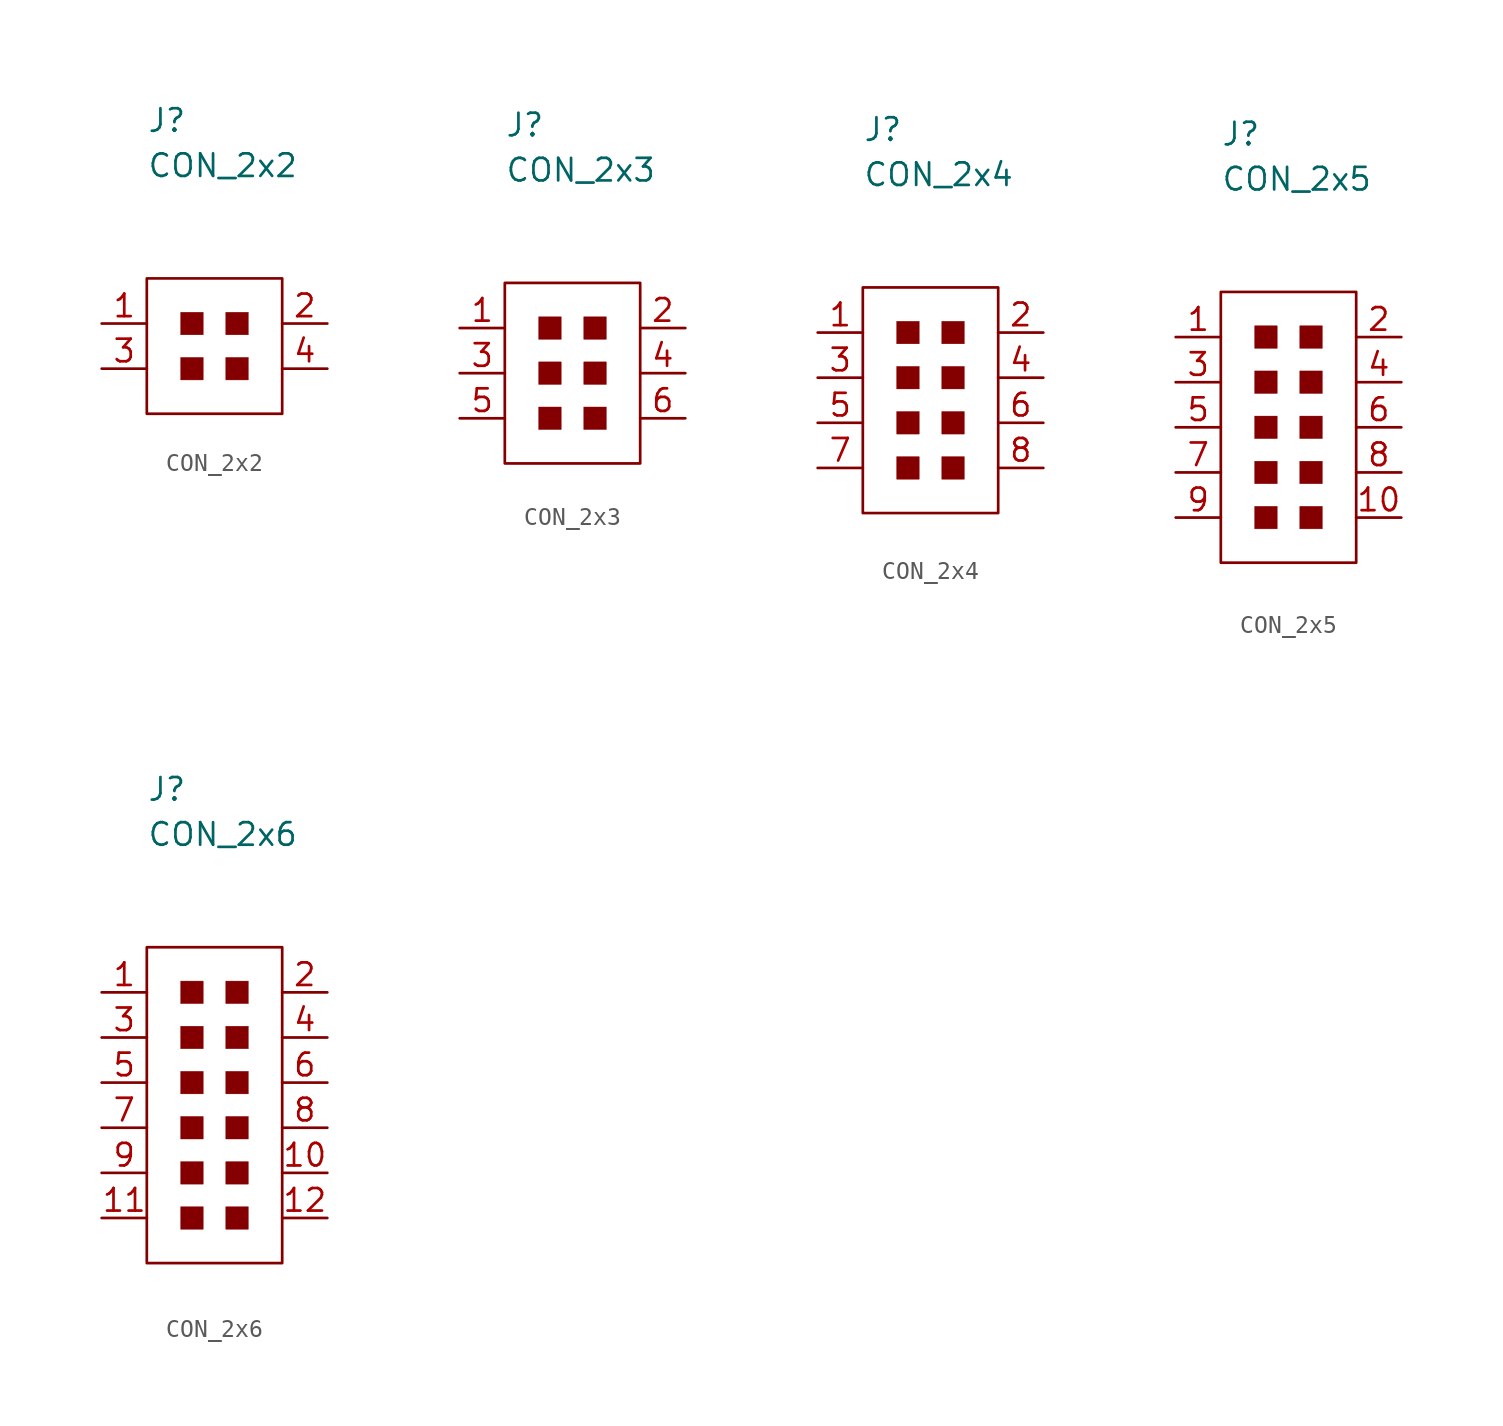
<source format=kicad_sym>
(kicad_symbol_lib
  (version 20211014)
  (generator kicad_symbol_editor)
  (symbol "CON_2x2"
    (pin_names
      (offset 1.016))
    (property "Reference" "J"
      (at -5.08 13.97 0)
      (effects (font (size 1.27 1.27)) (justify left)))
    (property "Value" "CON_2x2"
      (at -5.08 11.43 0)
      (effects (font (size 1.27 1.27)) (justify left)))
    (symbol "CON_2x2_0_1"
      (rectangle (start -5.08 5.08) (end 2.54 -2.54) (stroke (width 0.152) (type default) (color 0 0 0 0)) (fill (type none)))
      (rectangle (start -3.175 0.635) (end -1.905 -0.635) (stroke (width 0.001) (type default) (color 0 0 0 0)) (fill (type outline)))
      (rectangle (start -3.175 3.175) (end -1.905 1.905) (stroke (width 0.001) (type default) (color 0 0 0 0)) (fill (type outline)))
      (rectangle (start -0.635 0.635) (end 0.635 -0.635) (stroke (width 0.001) (type default) (color 0 0 0 0)) (fill (type outline)))
      (rectangle (start -0.635 3.175) (end 0.635 1.905) (stroke (width 0.001) (type default) (color 0 0 0 0)) (fill (type outline))))
    (symbol "CON_2x2_1_1"
      (pin passive line (at -7.62 2.54 0) (length 2.54) (name "~" (effects (font (size 1.27 1.27)))) (number "1" (effects (font (size 1.27 1.27)))))
      (pin passive line (at 5.08 2.54 180) (length 2.54) (name "~" (effects (font (size 1.27 1.27)))) (number "2" (effects (font (size 1.27 1.27)))))
      (pin passive line (at -7.62 0 0) (length 2.54) (name "~" (effects (font (size 1.27 1.27)))) (number "3" (effects (font (size 1.27 1.27)))))
      (pin passive line (at 5.08 0 180) (length 2.54) (name "~" (effects (font (size 1.27 1.27)))) (number "4" (effects (font (size 1.27 1.27)))))))
  (symbol "CON_2x3"
    (pin_names
      (offset 1.016))
    (property "Reference" "J"
      (at -5.08 13.97 0)
      (effects (font (size 1.27 1.27)) (justify left)))
    (property "Value" "CON_2x3"
      (at -5.08 11.43 0)
      (effects (font (size 1.27 1.27)) (justify left)))
    (symbol "CON_2x3_0_1"
      (rectangle (start -5.08 5.08) (end 2.54 -5.08) (stroke (width 0.152) (type default) (color 0 0 0 0)) (fill (type none)))
      (rectangle (start -3.175 -1.905) (end -1.905 -3.175) (stroke (width 0.001) (type default) (color 0 0 0 0)) (fill (type outline)))
      (rectangle (start -3.175 0.635) (end -1.905 -0.635) (stroke (width 0.001) (type default) (color 0 0 0 0)) (fill (type outline)))
      (rectangle (start -3.175 3.175) (end -1.905 1.905) (stroke (width 0.001) (type default) (color 0 0 0 0)) (fill (type outline)))
      (rectangle (start -0.635 -1.905) (end 0.635 -3.175) (stroke (width 0.001) (type default) (color 0 0 0 0)) (fill (type outline)))
      (rectangle (start -0.635 0.635) (end 0.635 -0.635) (stroke (width 0.001) (type default) (color 0 0 0 0)) (fill (type outline)))
      (rectangle (start -0.635 3.175) (end 0.635 1.905) (stroke (width 0.001) (type default) (color 0 0 0 0)) (fill (type outline))))
    (symbol "CON_2x3_1_1"
      (pin passive line (at -7.62 2.54 0) (length 2.54) (name "~" (effects (font (size 1.27 1.27)))) (number "1" (effects (font (size 1.27 1.27)))))
      (pin passive line (at 5.08 2.54 180) (length 2.54) (name "~" (effects (font (size 1.27 1.27)))) (number "2" (effects (font (size 1.27 1.27)))))
      (pin passive line (at -7.62 0 0) (length 2.54) (name "~" (effects (font (size 1.27 1.27)))) (number "3" (effects (font (size 1.27 1.27)))))
      (pin passive line (at 5.08 0 180) (length 2.54) (name "~" (effects (font (size 1.27 1.27)))) (number "4" (effects (font (size 1.27 1.27)))))
      (pin passive line (at -7.62 -2.54 0) (length 2.54) (name "~" (effects (font (size 1.27 1.27)))) (number "5" (effects (font (size 1.27 1.27)))))
      (pin passive line (at 5.08 -2.54 180) (length 2.54) (name "~" (effects (font (size 1.27 1.27)))) (number "6" (effects (font (size 1.27 1.27)))))))
  (symbol "CON_2x4"
    (pin_names
      (offset 1.016))
    (property "Reference" "J"
      (at -5.08 19.05 0)
      (effects (font (size 1.27 1.27)) (justify left)))
    (property "Value" "CON_2x4"
      (at -5.08 16.51 0)
      (effects (font (size 1.27 1.27)) (justify left)))
    (symbol "CON_2x4_0_1"
      (rectangle (start -5.08 10.16) (end 2.54 -2.54) (stroke (width 0.152) (type default) (color 0 0 0 0)) (fill (type none)))
      (rectangle (start -3.175 0.635) (end -1.905 -0.635) (stroke (width 0.001) (type default) (color 0 0 0 0)) (fill (type outline)))
      (rectangle (start -3.175 3.175) (end -1.905 1.905) (stroke (width 0.001) (type default) (color 0 0 0 0)) (fill (type outline)))
      (rectangle (start -3.175 5.715) (end -1.905 4.445) (stroke (width 0.001) (type default) (color 0 0 0 0)) (fill (type outline)))
      (rectangle (start -3.175 8.255) (end -1.905 6.985) (stroke (width 0.001) (type default) (color 0 0 0 0)) (fill (type outline)))
      (rectangle (start -0.635 0.635) (end 0.635 -0.635) (stroke (width 0.001) (type default) (color 0 0 0 0)) (fill (type outline)))
      (rectangle (start -0.635 3.175) (end 0.635 1.905) (stroke (width 0.001) (type default) (color 0 0 0 0)) (fill (type outline)))
      (rectangle (start -0.635 5.715) (end 0.635 4.445) (stroke (width 0.001) (type default) (color 0 0 0 0)) (fill (type outline)))
      (rectangle (start -0.635 8.255) (end 0.635 6.985) (stroke (width 0.001) (type default) (color 0 0 0 0)) (fill (type outline))))
    (symbol "CON_2x4_1_1"
      (pin passive line (at -7.62 7.62 0) (length 2.54) (name "~" (effects (font (size 1.27 1.27)))) (number "1" (effects (font (size 1.27 1.27)))))
      (pin passive line (at 5.08 7.62 180) (length 2.54) (name "~" (effects (font (size 1.27 1.27)))) (number "2" (effects (font (size 1.27 1.27)))))
      (pin passive line (at -7.62 5.08 0) (length 2.54) (name "~" (effects (font (size 1.27 1.27)))) (number "3" (effects (font (size 1.27 1.27)))))
      (pin passive line (at 5.08 5.08 180) (length 2.54) (name "~" (effects (font (size 1.27 1.27)))) (number "4" (effects (font (size 1.27 1.27)))))
      (pin passive line (at -7.62 2.54 0) (length 2.54) (name "~" (effects (font (size 1.27 1.27)))) (number "5" (effects (font (size 1.27 1.27)))))
      (pin passive line (at 5.08 2.54 180) (length 2.54) (name "~" (effects (font (size 1.27 1.27)))) (number "6" (effects (font (size 1.27 1.27)))))
      (pin passive line (at -7.62 0 0) (length 2.54) (name "~" (effects (font (size 1.27 1.27)))) (number "7" (effects (font (size 1.27 1.27)))))
      (pin passive line (at 5.08 0 180) (length 2.54) (name "~" (effects (font (size 1.27 1.27)))) (number "8" (effects (font (size 1.27 1.27)))))))
  (symbol "CON_2x5"
    (pin_names
      (offset 1.016))
    (property "Reference" "J"
      (at -5.08 19.05 0)
      (effects (font (size 1.27 1.27)) (justify left)))
    (property "Value" "CON_2x5"
      (at -5.08 16.51 0)
      (effects (font (size 1.27 1.27)) (justify left)))
    (symbol "CON_2x5_0_1"
      (rectangle (start -5.08 10.16) (end 2.54 -5.08) (stroke (width 0.152) (type default) (color 0 0 0 0)) (fill (type none)))
      (rectangle (start -3.175 -1.905) (end -1.905 -3.175) (stroke (width 0.001) (type default) (color 0 0 0 0)) (fill (type outline)))
      (rectangle (start -3.175 0.635) (end -1.905 -0.635) (stroke (width 0.001) (type default) (color 0 0 0 0)) (fill (type outline)))
      (rectangle (start -3.175 3.175) (end -1.905 1.905) (stroke (width 0.001) (type default) (color 0 0 0 0)) (fill (type outline)))
      (rectangle (start -3.175 5.715) (end -1.905 4.445) (stroke (width 0.001) (type default) (color 0 0 0 0)) (fill (type outline)))
      (rectangle (start -3.175 8.255) (end -1.905 6.985) (stroke (width 0.001) (type default) (color 0 0 0 0)) (fill (type outline)))
      (rectangle (start -0.635 -1.905) (end 0.635 -3.175) (stroke (width 0.001) (type default) (color 0 0 0 0)) (fill (type outline)))
      (rectangle (start -0.635 0.635) (end 0.635 -0.635) (stroke (width 0.001) (type default) (color 0 0 0 0)) (fill (type outline)))
      (rectangle (start -0.635 3.175) (end 0.635 1.905) (stroke (width 0.001) (type default) (color 0 0 0 0)) (fill (type outline)))
      (rectangle (start -0.635 5.715) (end 0.635 4.445) (stroke (width 0.001) (type default) (color 0 0 0 0)) (fill (type outline)))
      (rectangle (start -0.635 8.255) (end 0.635 6.985) (stroke (width 0.001) (type default) (color 0 0 0 0)) (fill (type outline))))
    (symbol "CON_2x5_1_1"
      (pin passive line (at -7.62 7.62 0) (length 2.54) (name "~" (effects (font (size 1.27 1.27)))) (number "1" (effects (font (size 1.27 1.27)))))
      (pin passive line (at 5.08 -2.54 180) (length 2.54) (name "~" (effects (font (size 1.27 1.27)))) (number "10" (effects (font (size 1.27 1.27)))))
      (pin passive line (at 5.08 7.62 180) (length 2.54) (name "~" (effects (font (size 1.27 1.27)))) (number "2" (effects (font (size 1.27 1.27)))))
      (pin passive line (at -7.62 5.08 0) (length 2.54) (name "~" (effects (font (size 1.27 1.27)))) (number "3" (effects (font (size 1.27 1.27)))))
      (pin passive line (at 5.08 5.08 180) (length 2.54) (name "~" (effects (font (size 1.27 1.27)))) (number "4" (effects (font (size 1.27 1.27)))))
      (pin passive line (at -7.62 2.54 0) (length 2.54) (name "~" (effects (font (size 1.27 1.27)))) (number "5" (effects (font (size 1.27 1.27)))))
      (pin passive line (at 5.08 2.54 180) (length 2.54) (name "~" (effects (font (size 1.27 1.27)))) (number "6" (effects (font (size 1.27 1.27)))))
      (pin passive line (at -7.62 0 0) (length 2.54) (name "~" (effects (font (size 1.27 1.27)))) (number "7" (effects (font (size 1.27 1.27)))))
      (pin passive line (at 5.08 0 180) (length 2.54) (name "~" (effects (font (size 1.27 1.27)))) (number "8" (effects (font (size 1.27 1.27)))))
      (pin passive line (at -7.62 -2.54 0) (length 2.54) (name "~" (effects (font (size 1.27 1.27)))) (number "9" (effects (font (size 1.27 1.27)))))))
  (symbol "CON_2x6"
    (pin_names
      (offset 1.016))
    (property "Reference" "J"
      (at -5.08 19.05 0)
      (effects (font (size 1.27 1.27)) (justify left)))
    (property "Value" "CON_2x6"
      (at -5.08 16.51 0)
      (effects (font (size 1.27 1.27)) (justify left)))
    (symbol "CON_2x6_0_1"
      (rectangle (start -5.08 10.16) (end 2.54 -7.62) (stroke (width 0) (type default) (color 0 0 0 0)) (fill (type none)))
      (rectangle (start -3.175 -4.445) (end -1.905 -5.715) (stroke (width 0.001) (type default) (color 0 0 0 0)) (fill (type outline)))
      (rectangle (start -3.175 -1.905) (end -1.905 -3.175) (stroke (width 0.001) (type default) (color 0 0 0 0)) (fill (type outline)))
      (rectangle (start -3.175 0.635) (end -1.905 -0.635) (stroke (width 0.001) (type default) (color 0 0 0 0)) (fill (type outline)))
      (rectangle (start -3.175 3.175) (end -1.905 1.905) (stroke (width 0.001) (type default) (color 0 0 0 0)) (fill (type outline)))
      (rectangle (start -3.175 5.715) (end -1.905 4.445) (stroke (width 0.001) (type default) (color 0 0 0 0)) (fill (type outline)))
      (rectangle (start -3.175 8.255) (end -1.905 6.985) (stroke (width 0.001) (type default) (color 0 0 0 0)) (fill (type outline)))
      (rectangle (start -0.635 -4.445) (end 0.635 -5.715) (stroke (width 0.001) (type default) (color 0 0 0 0)) (fill (type outline)))
      (rectangle (start -0.635 -1.905) (end 0.635 -3.175) (stroke (width 0.001) (type default) (color 0 0 0 0)) (fill (type outline)))
      (rectangle (start -0.635 0.635) (end 0.635 -0.635) (stroke (width 0.001) (type default) (color 0 0 0 0)) (fill (type outline)))
      (rectangle (start -0.635 3.175) (end 0.635 1.905) (stroke (width 0.001) (type default) (color 0 0 0 0)) (fill (type outline)))
      (rectangle (start -0.635 5.715) (end 0.635 4.445) (stroke (width 0.001) (type default) (color 0 0 0 0)) (fill (type outline)))
      (rectangle (start -0.635 8.255) (end 0.635 6.985) (stroke (width 0.001) (type default) (color 0 0 0 0)) (fill (type outline))))
    (symbol "CON_2x6_1_1"
      (pin passive line (at -7.62 7.62 0) (length 2.54) (name "~" (effects (font (size 1.27 1.27)))) (number "1" (effects (font (size 1.27 1.27)))))
      (pin passive line (at 5.08 -2.54 180) (length 2.54) (name "~" (effects (font (size 1.27 1.27)))) (number "10" (effects (font (size 1.27 1.27)))))
      (pin passive line (at -7.62 -5.08 0) (length 2.54) (name "~" (effects (font (size 1.27 1.27)))) (number "11" (effects (font (size 1.27 1.27)))))
      (pin passive line (at 5.08 -5.08 180) (length 2.54) (name "~" (effects (font (size 1.27 1.27)))) (number "12" (effects (font (size 1.27 1.27)))))
      (pin passive line (at 5.08 7.62 180) (length 2.54) (name "~" (effects (font (size 1.27 1.27)))) (number "2" (effects (font (size 1.27 1.27)))))
      (pin passive line (at -7.62 5.08 0) (length 2.54) (name "~" (effects (font (size 1.27 1.27)))) (number "3" (effects (font (size 1.27 1.27)))))
      (pin passive line (at 5.08 5.08 180) (length 2.54) (name "~" (effects (font (size 1.27 1.27)))) (number "4" (effects (font (size 1.27 1.27)))))
      (pin passive line (at -7.62 2.54 0) (length 2.54) (name "~" (effects (font (size 1.27 1.27)))) (number "5" (effects (font (size 1.27 1.27)))))
      (pin passive line (at 5.08 2.54 180) (length 2.54) (name "~" (effects (font (size 1.27 1.27)))) (number "6" (effects (font (size 1.27 1.27)))))
      (pin passive line (at -7.62 0 0) (length 2.54) (name "~" (effects (font (size 1.27 1.27)))) (number "7" (effects (font (size 1.27 1.27)))))
      (pin passive line (at 5.08 0 180) (length 2.54) (name "~" (effects (font (size 1.27 1.27)))) (number "8" (effects (font (size 1.27 1.27)))))
      (pin passive line (at -7.62 -2.54 0) (length 2.54) (name "~" (effects (font (size 1.27 1.27)))) (number "9" (effects (font (size 1.27 1.27))))))))
</source>
